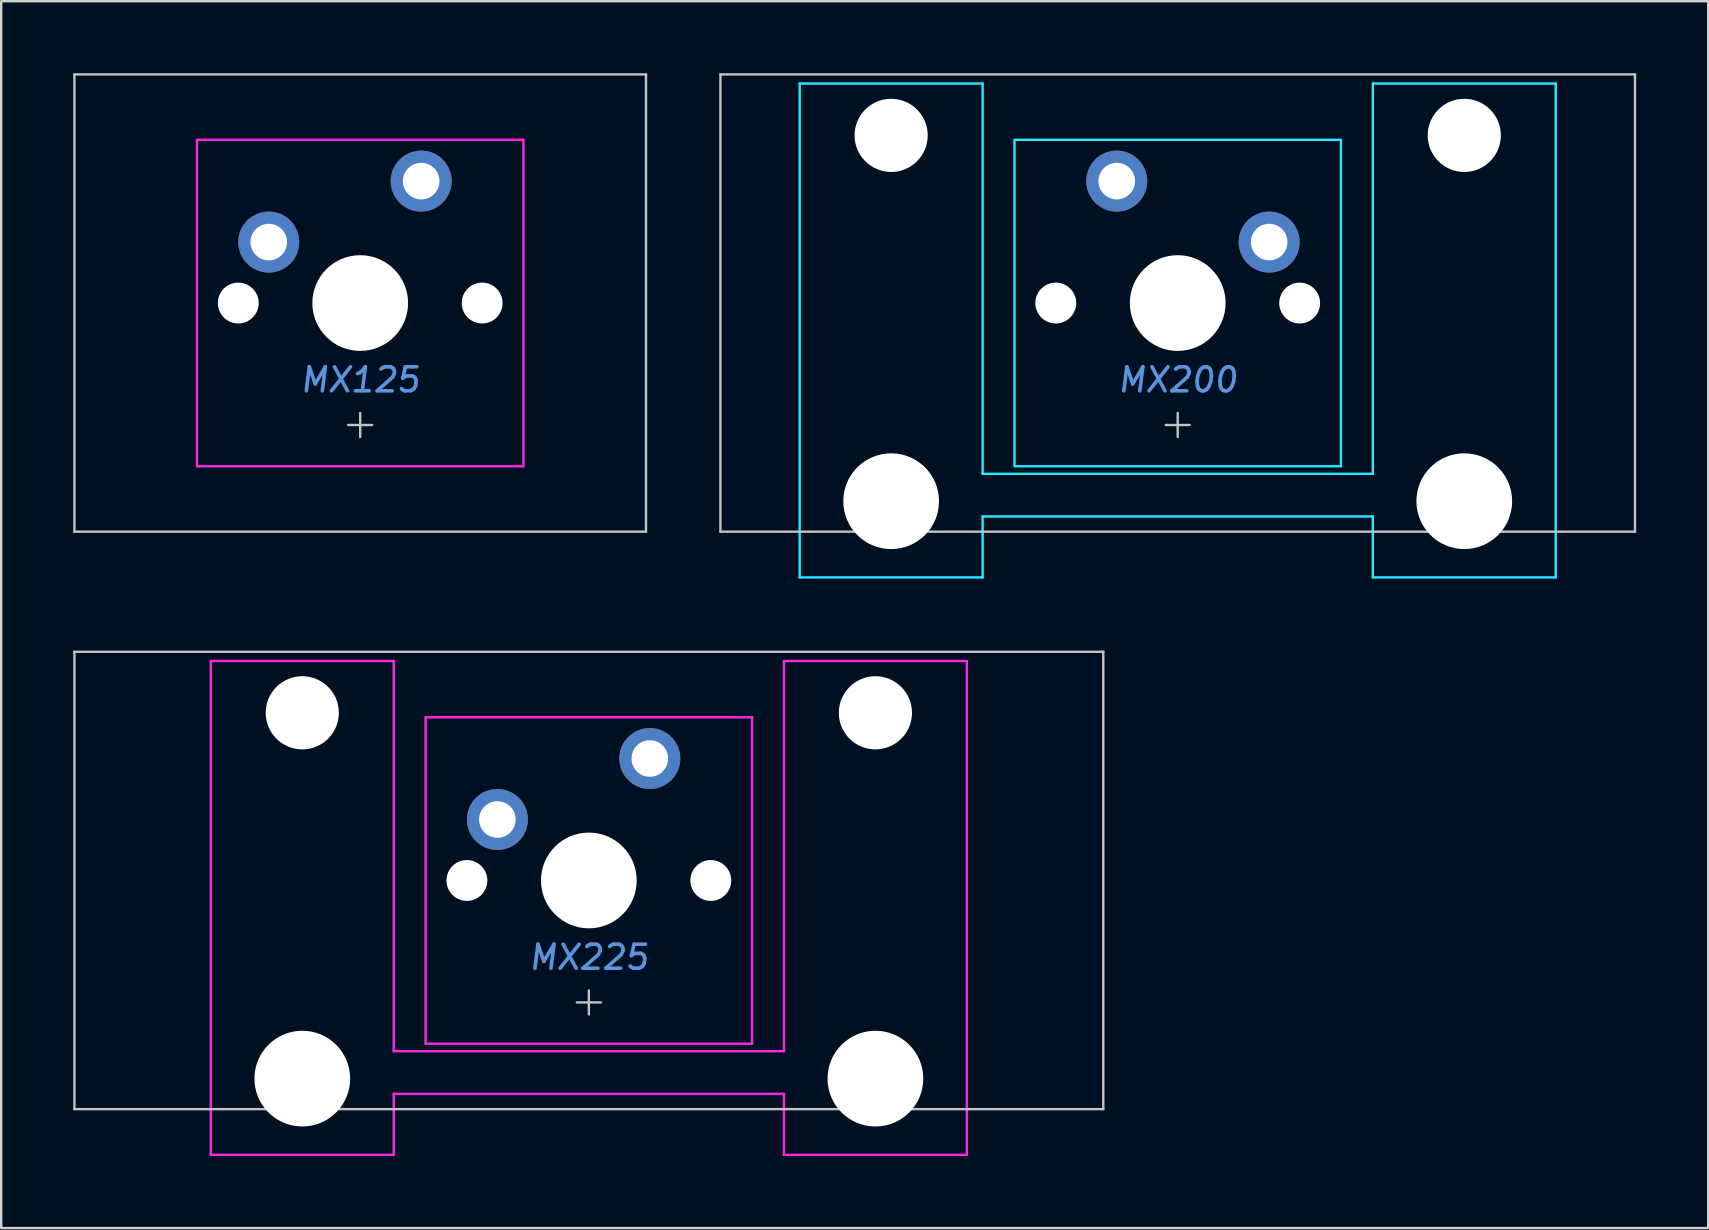
<source format=kicad_pcb>
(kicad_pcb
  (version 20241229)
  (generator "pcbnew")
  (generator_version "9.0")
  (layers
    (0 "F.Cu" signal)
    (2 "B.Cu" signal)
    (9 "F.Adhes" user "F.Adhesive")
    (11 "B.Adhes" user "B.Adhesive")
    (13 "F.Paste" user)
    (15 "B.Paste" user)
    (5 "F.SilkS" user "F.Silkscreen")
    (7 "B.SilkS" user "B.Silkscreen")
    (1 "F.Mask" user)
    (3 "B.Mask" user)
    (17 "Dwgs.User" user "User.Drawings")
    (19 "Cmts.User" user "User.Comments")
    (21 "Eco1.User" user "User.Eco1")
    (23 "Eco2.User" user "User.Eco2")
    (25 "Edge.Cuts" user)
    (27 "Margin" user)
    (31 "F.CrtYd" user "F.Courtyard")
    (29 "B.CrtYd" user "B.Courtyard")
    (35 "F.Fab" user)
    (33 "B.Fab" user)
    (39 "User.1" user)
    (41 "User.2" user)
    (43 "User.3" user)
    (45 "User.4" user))
  (footprint "MX225"
    (layer "F.Cu")
    (at 21.481 33.63)
    (property "Reference" "MX225" (at 0 3.2 0) (layer "Cmts.User") (effects (font (size 1 1) (thickness 0.15) (italic yes))))
    (attr through_hole)
    (fp_line (start -21.431 -9.525) (end -21.431 9.525) (stroke (width 0.1) (type solid)) (layer "Dwgs.User"))
    (fp_line (start 0 5.58) (end 0 4.58) (stroke (width 0.1) (type solid)) (layer "Dwgs.User"))
    (fp_line (start 0.5 5.08) (end -0.5 5.08) (stroke (width 0.1) (type solid)) (layer "Dwgs.User"))
    (fp_line (start 21.431 -9.525) (end -21.431 -9.525) (stroke (width 0.1) (type solid)) (layer "Dwgs.User"))
    (fp_line (start 21.431 -9.525) (end 21.431 9.525) (stroke (width 0.1) (type solid)) (layer "Dwgs.User"))
    (fp_line (start 21.431 9.525) (end -21.431 9.525) (stroke (width 0.1) (type solid)) (layer "Dwgs.User"))
    (fp_line (start -15.438 8.515) (end -15.438 -5.485) (stroke (width 0.1) (type solid)) (layer "Eco1.User"))
    (fp_line (start -14.938 9.015) (end -8.938 9.015) (stroke (width 0.1) (type solid)) (layer "Eco1.User"))
    (fp_line (start -8.938 -5.985) (end -14.938 -5.985) (stroke (width 0.1) (type solid)) (layer "Eco1.User"))
    (fp_line (start -8.438 -5.485) (end -8.438 8.515) (stroke (width 0.1) (type solid)) (layer "Eco1.User"))
    (fp_line (start -7 6.5) (end -7 -6.5) (stroke (width 0.1) (type solid)) (layer "Eco1.User"))
    (fp_line (start -6.5 -7) (end 6.5 -7) (stroke (width 0.1) (type solid)) (layer "Eco1.User"))
    (fp_line (start 6.5 7) (end -6.5 7) (stroke (width 0.1) (type solid)) (layer "Eco1.User"))
    (fp_line (start 7 -6.5) (end 7 6.5) (stroke (width 0.1) (type solid)) (layer "Eco1.User"))
    (fp_line (start 8.438 8.515) (end 8.438 -5.485) (stroke (width 0.1) (type solid)) (layer "Eco1.User"))
    (fp_line (start 8.938 9.015) (end 14.938 9.015) (stroke (width 0.1) (type solid)) (layer "Eco1.User"))
    (fp_line (start 14.938 -5.985) (end 8.938 -5.985) (stroke (width 0.1) (type solid)) (layer "Eco1.User"))
    (fp_line (start 15.438 -5.485) (end 15.438 8.515) (stroke (width 0.1) (type solid)) (layer "Eco1.User"))
    (fp_arc (start -15.438 -5.485) (mid -15.291553 -5.838553) (end -14.938 -5.985) (stroke (width 0.1) (type solid)) (layer "Eco1.User"))
    (fp_arc (start -14.938 9.015) (mid -15.291553 8.868553) (end -15.438 8.515) (stroke (width 0.1) (type solid)) (layer "Eco1.User"))
    (fp_arc (start -8.938 -5.985) (mid -8.584447 -5.838553) (end -8.438 -5.485) (stroke (width 0.1) (type solid)) (layer "Eco1.User"))
    (fp_arc (start -8.438 8.515) (mid -8.584447 8.868553) (end -8.938 9.015) (stroke (width 0.1) (type solid)) (layer "Eco1.User"))
    (fp_arc (start -7 -6.5) (mid -6.853553 -6.853553) (end -6.5 -7) (stroke (width 0.1) (type solid)) (layer "Eco1.User"))
    (fp_arc (start -6.5 7) (mid -6.853553 6.853553) (end -7 6.5) (stroke (width 0.1) (type solid)) (layer "Eco1.User"))
    (fp_arc (start 6.5 -7) (mid 6.853553 -6.853553) (end 7 -6.5) (stroke (width 0.1) (type solid)) (layer "Eco1.User"))
    (fp_arc (start 7 6.5) (mid 6.853553 6.853553) (end 6.5 7) (stroke (width 0.1) (type solid)) (layer "Eco1.User"))
    (fp_arc (start 8.438 -5.485) (mid 8.584447 -5.838553) (end 8.938 -5.985) (stroke (width 0.1) (type solid)) (layer "Eco1.User"))
    (fp_arc (start 8.938 9.015) (mid 8.584447 8.868553) (end 8.438 8.515) (stroke (width 0.1) (type solid)) (layer "Eco1.User"))
    (fp_arc (start 14.938 -5.985) (mid 15.291553 -5.838553) (end 15.438 -5.485) (stroke (width 0.1) (type solid)) (layer "Eco1.User"))
    (fp_arc (start 15.438 8.515) (mid 15.291553 8.868553) (end 14.938 9.015) (stroke (width 0.1) (type solid)) (layer "Eco1.User"))
    (fp_line (start -15.748 -9.144) (end -15.748 11.43) (stroke (width 0.1) (type solid)) (layer "F.CrtYd"))
    (fp_line (start -15.748 11.43) (end -8.128 11.43) (stroke (width 0.1) (type solid)) (layer "F.CrtYd"))
    (fp_line (start -8.128 -9.144) (end -15.748 -9.144) (stroke (width 0.1) (type solid)) (layer "F.CrtYd"))
    (fp_line (start -8.128 -9.144) (end -8.128 7.112) (stroke (width 0.1) (type solid)) (layer "F.CrtYd"))
    (fp_line (start -8.128 11.43) (end -8.128 8.89) (stroke (width 0.1) (type solid)) (layer "F.CrtYd"))
    (fp_line (start -6.8 -6.8) (end 6.8 -6.8) (stroke (width 0.1) (type solid)) (layer "F.CrtYd"))
    (fp_line (start -6.8 6.8) (end -6.8 -6.8) (stroke (width 0.1) (type solid)) (layer "F.CrtYd"))
    (fp_line (start -6.8 6.8) (end 6.8 6.8) (stroke (width 0.1) (type solid)) (layer "F.CrtYd"))
    (fp_line (start 6.8 6.8) (end 6.8 -6.8) (stroke (width 0.1) (type solid)) (layer "F.CrtYd"))
    (fp_line (start 8.128 -9.144) (end 8.128 7.112) (stroke (width 0.1) (type solid)) (layer "F.CrtYd"))
    (fp_line (start 8.128 7.112) (end -8.128 7.112) (stroke (width 0.1) (type solid)) (layer "F.CrtYd"))
    (fp_line (start 8.128 8.89) (end -8.128 8.89) (stroke (width 0.1) (type solid)) (layer "F.CrtYd"))
    (fp_line (start 8.128 11.43) (end 8.128 8.89) (stroke (width 0.1) (type solid)) (layer "F.CrtYd"))
    (fp_line (start 8.128 11.43) (end 15.748 11.43) (stroke (width 0.1) (type solid)) (layer "F.CrtYd"))
    (fp_line (start 15.748 -9.144) (end 8.128 -9.144) (stroke (width 0.1) (type solid)) (layer "F.CrtYd"))
    (fp_line (start 15.748 11.43) (end 15.748 -9.144) (stroke (width 0.1) (type solid)) (layer "F.CrtYd"))
    (pad "" np_thru_hole circle (at -11.938 -6.985) (size 3.048 3.048) (drill 3.048) (layers "*.Cu" "*.Mask"))
    (pad "" np_thru_hole circle (at -11.938 8.255) (size 3.988 3.988) (drill 3.988) (layers "*.Cu" "*.Mask"))
    (pad "" np_thru_hole circle (at -5.08 0) (size 1.702 1.702) (drill 1.702) (layers "*.Cu" "*.Mask"))
    (pad "" np_thru_hole circle (at 0 0) (size 3.988 3.988) (drill 3.988) (layers "*.Cu" "*.Mask"))
    (pad "" np_thru_hole circle (at 5.08 0) (size 1.702 1.702) (drill 1.702) (layers "*.Cu" "*.Mask"))
    (pad "" np_thru_hole circle (at 11.938 -6.985) (size 3.048 3.048) (drill 3.048) (layers "*.Cu" "*.Mask"))
    (pad "" np_thru_hole circle (at 11.938 8.255) (size 3.988 3.988) (drill 3.988) (layers "*.Cu" "*.Mask"))
    (pad "1" thru_hole circle (at 2.54 -5.08) (size 2.54 2.54) (drill 1.524) (layers "*.Cu" "*.Mask"))
    (pad "2" thru_hole circle (at -3.81 -2.54) (size 2.54 2.54) (drill 1.524) (layers "*.Cu" "*.Mask")))
  (footprint "MX125"
    (layer "F.Cu")
    (at 11.956 9.575)
    (property "Reference" "MX125" (at 0 3.2 0) (layer "Cmts.User") (effects (font (size 1 1) (thickness 0.15) (italic yes))))
    (attr through_hole)
    (fp_line (start -11.906 -9.525) (end -11.906 9.525) (stroke (width 0.1) (type solid)) (layer "Dwgs.User"))
    (fp_line (start 0 4.58) (end 0 5.58) (stroke (width 0.1) (type solid)) (layer "Dwgs.User"))
    (fp_line (start 0.5 5.08) (end -0.5 5.08) (stroke (width 0.1) (type solid)) (layer "Dwgs.User"))
    (fp_line (start 11.906 -9.525) (end -11.906 -9.525) (stroke (width 0.1) (type solid)) (layer "Dwgs.User"))
    (fp_line (start 11.906 -9.525) (end 11.906 9.525) (stroke (width 0.1) (type solid)) (layer "Dwgs.User"))
    (fp_line (start 11.906 9.525) (end -11.906 9.525) (stroke (width 0.1) (type solid)) (layer "Dwgs.User"))
    (fp_line (start -7 6.5) (end -7 -6.5) (stroke (width 0.1) (type solid)) (layer "Eco1.User"))
    (fp_line (start -6.5 -7) (end 6.5 -7) (stroke (width 0.1) (type solid)) (layer "Eco1.User"))
    (fp_line (start 6.5 7) (end -6.5 7) (stroke (width 0.1) (type solid)) (layer "Eco1.User"))
    (fp_line (start 7 -6.5) (end 7 6.5) (stroke (width 0.1) (type solid)) (layer "Eco1.User"))
    (fp_arc (start -7 -6.5) (mid -6.853553 -6.853553) (end -6.5 -7) (stroke (width 0.1) (type solid)) (layer "Eco1.User"))
    (fp_arc (start -6.5 7) (mid -6.853553 6.853553) (end -7 6.5) (stroke (width 0.1) (type solid)) (layer "Eco1.User"))
    (fp_arc (start 6.5 -7) (mid 6.853553 -6.853553) (end 7 -6.5) (stroke (width 0.1) (type solid)) (layer "Eco1.User"))
    (fp_arc (start 7 6.5) (mid 6.853553 6.853553) (end 6.5 7) (stroke (width 0.1) (type solid)) (layer "Eco1.User"))
    (fp_line (start -6.8 6.8) (end -6.8 -6.8) (stroke (width 0.1) (type solid)) (layer "F.CrtYd"))
    (fp_line (start 6.8 -6.8) (end -6.8 -6.8) (stroke (width 0.1) (type solid)) (layer "F.CrtYd"))
    (fp_line (start 6.8 -6.8) (end 6.8 6.8) (stroke (width 0.1) (type solid)) (layer "F.CrtYd"))
    (fp_line (start 6.8 6.8) (end -6.8 6.8) (stroke (width 0.1) (type solid)) (layer "F.CrtYd"))
    (pad "" np_thru_hole circle (at -5.08 0) (size 1.702 1.702) (drill 1.702) (layers "*.Cu" "*.Mask"))
    (pad "" np_thru_hole circle (at 0 0) (size 3.988 3.988) (drill 3.988) (layers "*.Cu" "*.Mask"))
    (pad "" np_thru_hole circle (at 5.08 0) (size 1.702 1.702) (drill 1.702) (layers "*.Cu" "*.Mask"))
    (pad "1" thru_hole circle (at 2.54 -5.08) (size 2.54 2.54) (drill 1.524) (layers "*.Cu" "*.Mask"))
    (pad "2" thru_hole circle (at -3.81 -2.54) (size 2.54 2.54) (drill 1.524) (layers "*.Cu" "*.Mask")))
  (footprint "MX200"
    (layer "F.Cu")
    (at 46.013 9.575)
    (property "Reference" "MX200" (at 0 3.2 0) (layer "Cmts.User") (effects (font (size 1 1) (thickness 0.15) (italic yes))))
    (attr through_hole)
    (fp_line (start -19.05 -9.525) (end -19.05 9.525) (stroke (width 0.1) (type solid)) (layer "Dwgs.User"))
    (fp_line (start -19.05 -9.525) (end 19.05 -9.525) (stroke (width 0.1) (type solid)) (layer "Dwgs.User"))
    (fp_line (start -19.05 9.525) (end 19.05 9.525) (stroke (width 0.1) (type solid)) (layer "Dwgs.User"))
    (fp_line (start -0.5 5.08) (end 0.5 5.08) (stroke (width 0.1) (type solid)) (layer "Dwgs.User"))
    (fp_line (start 0 5.58) (end 0 4.58) (stroke (width 0.1) (type solid)) (layer "Dwgs.User"))
    (fp_line (start 19.05 -9.525) (end 19.05 9.525) (stroke (width 0.1) (type solid)) (layer "Dwgs.User"))
    (fp_line (start -15.438 -5.485) (end -15.438 8.515) (stroke (width 0.1) (type solid)) (layer "Eco1.User"))
    (fp_line (start -14.938 -5.985) (end -8.938 -5.985) (stroke (width 0.1) (type solid)) (layer "Eco1.User"))
    (fp_line (start -8.938 9.015) (end -14.938 9.015) (stroke (width 0.1) (type solid)) (layer "Eco1.User"))
    (fp_line (start -8.438 8.515) (end -8.438 -5.485) (stroke (width 0.1) (type solid)) (layer "Eco1.User"))
    (fp_line (start -7 -6.5) (end -7 6.5) (stroke (width 0.1) (type solid)) (layer "Eco1.User"))
    (fp_line (start -6.5 7) (end 6.5 7) (stroke (width 0.1) (type solid)) (layer "Eco1.User"))
    (fp_line (start 6.5 -7) (end -6.5 -7) (stroke (width 0.1) (type solid)) (layer "Eco1.User"))
    (fp_line (start 7 6.5) (end 7 -6.5) (stroke (width 0.1) (type solid)) (layer "Eco1.User"))
    (fp_line (start 8.438 -5.485) (end 8.438 8.515) (stroke (width 0.1) (type solid)) (layer "Eco1.User"))
    (fp_line (start 8.938 -5.985) (end 14.938 -5.985) (stroke (width 0.1) (type solid)) (layer "Eco1.User"))
    (fp_line (start 14.938 9.015) (end 8.938 9.015) (stroke (width 0.1) (type solid)) (layer "Eco1.User"))
    (fp_line (start 15.438 8.515) (end 15.438 -5.485) (stroke (width 0.1) (type solid)) (layer "Eco1.User"))
    (fp_arc (start -15.438 -5.485) (mid -15.291553 -5.838553) (end -14.938 -5.985) (stroke (width 0.1) (type solid)) (layer "Eco1.User"))
    (fp_arc (start -14.938 9.015) (mid -15.291553 8.868553) (end -15.438 8.515) (stroke (width 0.1) (type solid)) (layer "Eco1.User"))
    (fp_arc (start -8.938 -5.985) (mid -8.584447 -5.838553) (end -8.438 -5.485) (stroke (width 0.1) (type solid)) (layer "Eco1.User"))
    (fp_arc (start -8.438 8.515) (mid -8.584447 8.868553) (end -8.938 9.015) (stroke (width 0.1) (type solid)) (layer "Eco1.User"))
    (fp_arc (start -7 -6.5) (mid -6.853553 -6.853553) (end -6.5 -7) (stroke (width 0.1) (type solid)) (layer "Eco1.User"))
    (fp_arc (start -6.5 7) (mid -6.853553 6.853553) (end -7 6.5) (stroke (width 0.1) (type solid)) (layer "Eco1.User"))
    (fp_arc (start 6.5 -7) (mid 6.853553 -6.853553) (end 7 -6.5) (stroke (width 0.1) (type solid)) (layer "Eco1.User"))
    (fp_arc (start 7 6.5) (mid 6.853553 6.853553) (end 6.5 7) (stroke (width 0.1) (type solid)) (layer "Eco1.User"))
    (fp_arc (start 8.438 -5.485) (mid 8.584447 -5.838553) (end 8.938 -5.985) (stroke (width 0.1) (type solid)) (layer "Eco1.User"))
    (fp_arc (start 8.938 9.015) (mid 8.584447 8.868553) (end 8.438 8.515) (stroke (width 0.1) (type solid)) (layer "Eco1.User"))
    (fp_arc (start 14.938 -5.985) (mid 15.291553 -5.838553) (end 15.438 -5.485) (stroke (width 0.1) (type solid)) (layer "Eco1.User"))
    (fp_arc (start 15.438 8.515) (mid 15.291553 8.868553) (end 14.938 9.015) (stroke (width 0.1) (type solid)) (layer "Eco1.User"))
    (fp_line (start -15.748 -9.144) (end -8.128 -9.144) (stroke (width 0.1) (type solid)) (layer "B.CrtYd"))
    (fp_line (start -15.748 11.43) (end -15.748 -9.144) (stroke (width 0.1) (type solid)) (layer "B.CrtYd"))
    (fp_line (start -8.128 -9.144) (end -8.128 7.112) (stroke (width 0.1) (type solid)) (layer "B.CrtYd"))
    (fp_line (start -8.128 7.112) (end 8.128 7.112) (stroke (width 0.1) (type solid)) (layer "B.CrtYd"))
    (fp_line (start -8.128 8.89) (end 8.128 8.89) (stroke (width 0.1) (type solid)) (layer "B.CrtYd"))
    (fp_line (start -8.128 11.43) (end -15.748 11.43) (stroke (width 0.1) (type solid)) (layer "B.CrtYd"))
    (fp_line (start -8.128 11.43) (end -8.128 8.89) (stroke (width 0.1) (type solid)) (layer "B.CrtYd"))
    (fp_line (start 8.128 -9.144) (end 8.128 7.112) (stroke (width 0.1) (type solid)) (layer "B.CrtYd"))
    (fp_line (start 8.128 -9.144) (end 15.748 -9.144) (stroke (width 0.1) (type solid)) (layer "B.CrtYd"))
    (fp_line (start 8.128 11.43) (end 8.128 8.89) (stroke (width 0.1) (type solid)) (layer "B.CrtYd"))
    (fp_line (start 15.748 -9.144) (end 15.748 11.43) (stroke (width 0.1) (type solid)) (layer "B.CrtYd"))
    (fp_line (start 15.748 11.43) (end 8.128 11.43) (stroke (width 0.1) (type solid)) (layer "B.CrtYd"))
    (fp_rect (start -6.8 -6.8) (end 6.8 6.8) (stroke (width 0.1) (type solid)) (fill no) (layer "B.CrtYd"))
    (pad "" np_thru_hole circle (at -11.938 -6.985) (size 3.048 3.048) (drill 3.048) (layers "*.Cu" "*.Mask"))
    (pad "" np_thru_hole circle (at -11.938 8.255) (size 3.988 3.988) (drill 3.988) (layers "*.Cu" "*.Mask"))
    (pad "" np_thru_hole circle (at -5.08 0) (size 1.702 1.702) (drill 1.702) (layers "*.Cu" "*.Mask"))
    (pad "" np_thru_hole circle (at 0 0) (size 3.988 3.988) (drill 3.988) (layers "*.Cu" "*.Mask"))
    (pad "" np_thru_hole circle (at 5.08 0) (size 1.702 1.702) (drill 1.702) (layers "*.Cu" "*.Mask"))
    (pad "" np_thru_hole circle (at 11.938 -6.985) (size 3.048 3.048) (drill 3.048) (layers "*.Cu" "*.Mask"))
    (pad "" np_thru_hole circle (at 11.938 8.255) (size 3.988 3.988) (drill 3.988) (layers "*.Cu" "*.Mask"))
    (pad "1" thru_hole circle (at -2.54 -5.08) (size 2.54 2.54) (drill 1.524) (layers "*.Cu" "*.Mask"))
    (pad "2" thru_hole circle (at 3.81 -2.54) (size 2.54 2.54) (drill 1.524) (layers "*.Cu" "*.Mask")))
  (gr_rect
    (start -3 -3)
    (end 68.112 48.11)
    (stroke (width 0.1) (type default))
    (fill no)
    (layer "Edge.Cuts")))
</source>
